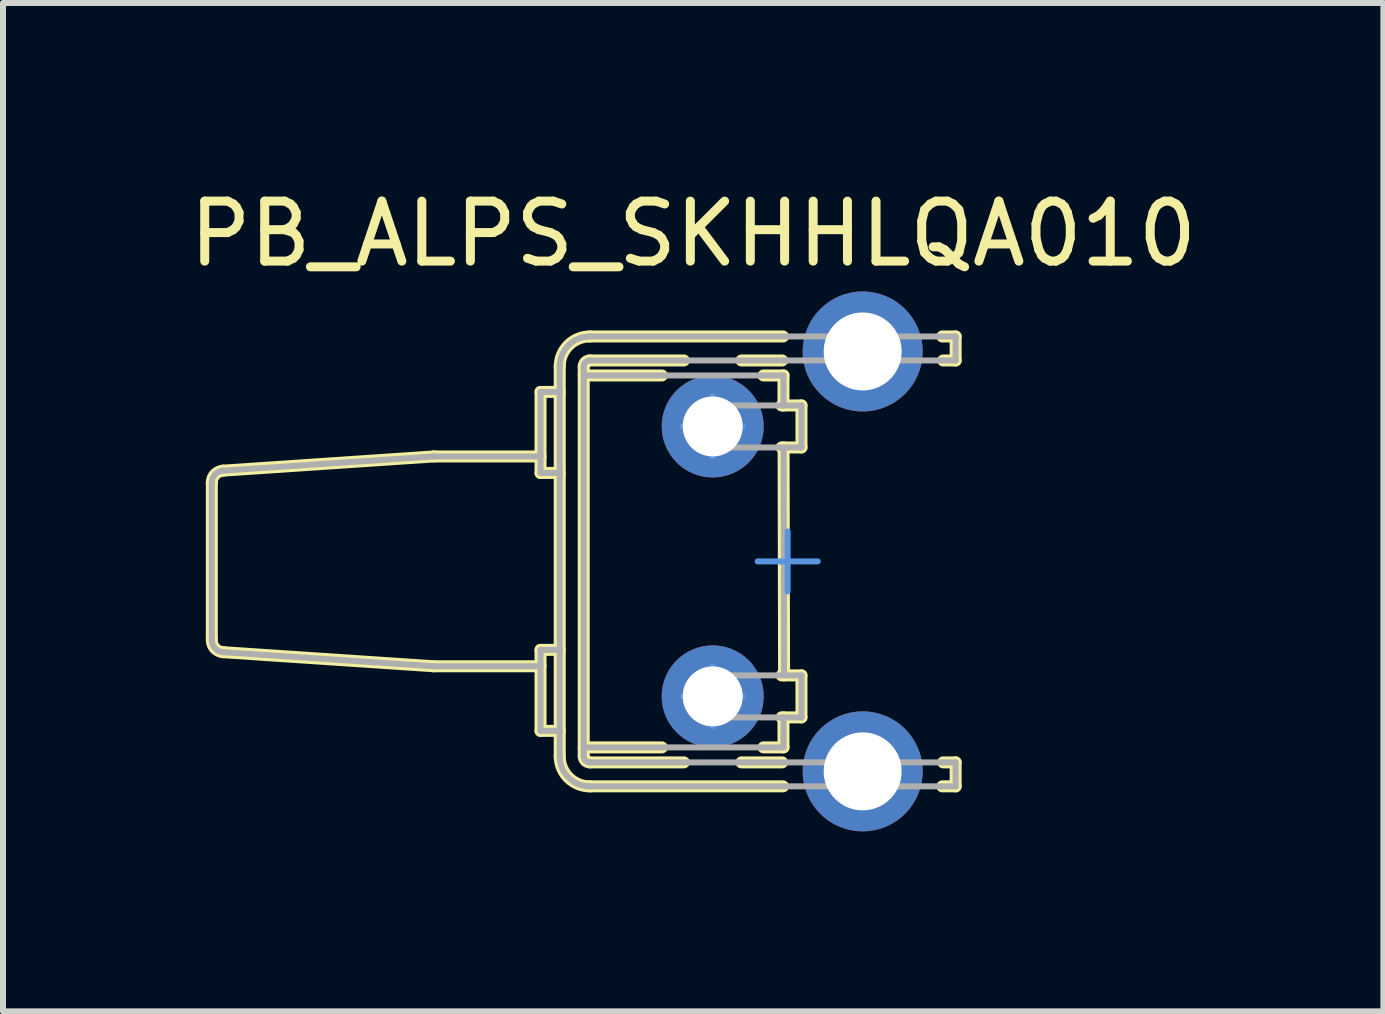
<source format=kicad_pcb>
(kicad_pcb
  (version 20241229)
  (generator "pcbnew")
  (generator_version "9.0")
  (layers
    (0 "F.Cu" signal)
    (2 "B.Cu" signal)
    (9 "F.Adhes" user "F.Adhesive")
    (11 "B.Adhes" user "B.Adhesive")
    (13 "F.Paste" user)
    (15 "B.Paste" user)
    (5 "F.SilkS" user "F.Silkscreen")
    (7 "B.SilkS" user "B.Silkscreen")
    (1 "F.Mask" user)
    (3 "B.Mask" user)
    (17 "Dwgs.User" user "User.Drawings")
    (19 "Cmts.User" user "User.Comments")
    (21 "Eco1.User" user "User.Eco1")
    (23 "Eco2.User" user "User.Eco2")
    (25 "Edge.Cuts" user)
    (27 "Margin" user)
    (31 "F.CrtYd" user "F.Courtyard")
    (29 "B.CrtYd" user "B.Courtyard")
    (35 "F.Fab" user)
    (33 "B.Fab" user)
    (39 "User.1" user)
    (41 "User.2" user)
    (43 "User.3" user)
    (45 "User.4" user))
  (footprint "PB_ALPS_SKHHLQA010"
    (layer "F.Cu")
    (at 10.081 6.309)
    (property "Reference" "PB_ALPS_SKHHLQA010" (at -1.575 -5.461 0) (layer "F.SilkS") (effects (font (size 1 1) (thickness 0.15))))
    (attr through_hole)
    (fp_line (start -9.6 1.313) (end -9.6 -1.313) (stroke (width 0.2) (type solid)) (layer "F.SilkS"))
    (fp_line (start -9.413 -1.513) (end -5.9 -1.75) (stroke (width 0.2) (type solid)) (layer "F.SilkS"))
    (fp_line (start -9.413 1.513) (end -5.9 1.748) (stroke (width 0.2) (type solid)) (layer "F.SilkS"))
    (fp_line (start -5.9 -1.75) (end -4.12 -1.75) (stroke (width 0.2) (type solid)) (layer "F.SilkS"))
    (fp_line (start -5.9 1.748) (end -4.12 1.748) (stroke (width 0.2) (type solid)) (layer "F.SilkS"))
    (fp_line (start -4.12 -2.825) (end -3.8 -2.825) (stroke (width 0.2) (type solid)) (layer "F.SilkS"))
    (fp_line (start -4.12 -1.475) (end -4.12 -2.825) (stroke (width 0.2) (type solid)) (layer "F.SilkS"))
    (fp_line (start -4.12 -1.475) (end -3.8 -1.475) (stroke (width 0.2) (type solid)) (layer "F.SilkS"))
    (fp_line (start -4.12 1.475) (end -3.8 1.475) (stroke (width 0.2) (type solid)) (layer "F.SilkS"))
    (fp_line (start -4.12 2.825) (end -4.12 1.475) (stroke (width 0.2) (type solid)) (layer "F.SilkS"))
    (fp_line (start -4.12 2.825) (end -3.8 2.825) (stroke (width 0.2) (type solid)) (layer "F.SilkS"))
    (fp_line (start -3.8 3.25) (end -3.8 -3.25) (stroke (width 0.2) (type solid)) (layer "F.SilkS"))
    (fp_line (start -3.4 -3.1) (end -2.097 -3.1) (stroke (width 0.2) (type solid)) (layer "F.SilkS"))
    (fp_line (start -3.4 3.1) (end -2.097 3.1) (stroke (width 0.2) (type solid)) (layer "F.SilkS"))
    (fp_line (start -3.4 3.25) (end -3.4 -3.25) (stroke (width 0.2) (type solid)) (layer "F.SilkS"))
    (fp_line (start -3.3 -3.75) (end -0.077 -3.75) (stroke (width 0.2) (type solid)) (layer "F.SilkS"))
    (fp_line (start -3.3 -3.35) (end -1.73 -3.35) (stroke (width 0.2) (type solid)) (layer "F.SilkS"))
    (fp_line (start -3.3 3.35) (end -1.73 3.35) (stroke (width 0.2) (type solid)) (layer "F.SilkS"))
    (fp_line (start -3.3 3.75) (end -0.077 3.75) (stroke (width 0.2) (type solid)) (layer "F.SilkS"))
    (fp_line (start -0.77 -3.35) (end -0.092 -3.35) (stroke (width 0.2) (type solid)) (layer "F.SilkS"))
    (fp_line (start -0.77 3.35) (end -0.092 3.35) (stroke (width 0.2) (type solid)) (layer "F.SilkS"))
    (fp_line (start -0.403 -3.1) (end -0.07 -3.1) (stroke (width 0.2) (type solid)) (layer "F.SilkS"))
    (fp_line (start -0.403 3.1) (end -0.07 3.1) (stroke (width 0.2) (type solid)) (layer "F.SilkS"))
    (fp_line (start -0.102 -2.6) (end 0.23 -2.6) (stroke (width 0.2) (type solid)) (layer "F.SilkS"))
    (fp_line (start -0.102 -1.9) (end 0.23 -1.9) (stroke (width 0.2) (type solid)) (layer "F.SilkS"))
    (fp_line (start -0.102 1.9) (end 0.23 1.9) (stroke (width 0.2) (type solid)) (layer "F.SilkS"))
    (fp_line (start -0.102 2.6) (end 0.23 2.6) (stroke (width 0.2) (type solid)) (layer "F.SilkS"))
    (fp_line (start -0.07 -2.6) (end -0.07 -3.1) (stroke (width 0.2) (type solid)) (layer "F.SilkS"))
    (fp_line (start -0.07 3.1) (end -0.07 2.6) (stroke (width 0.2) (type solid)) (layer "F.SilkS"))
    (fp_line (start -0.068 -1.9) (end -0.06 1.9) (stroke (width 0.2) (type solid)) (layer "F.SilkS"))
    (fp_line (start 0.23 -1.9) (end 0.23 -2.6) (stroke (width 0.2) (type solid)) (layer "F.SilkS"))
    (fp_line (start 0.23 2.6) (end 0.23 1.9) (stroke (width 0.2) (type solid)) (layer "F.SilkS"))
    (fp_line (start 2.577 -3.75) (end 2.8 -3.75) (stroke (width 0.2) (type solid)) (layer "F.SilkS"))
    (fp_line (start 2.577 3.75) (end 2.8 3.75) (stroke (width 0.2) (type solid)) (layer "F.SilkS"))
    (fp_line (start 2.592 -3.35) (end 2.8 -3.35) (stroke (width 0.2) (type solid)) (layer "F.SilkS"))
    (fp_line (start 2.592 3.35) (end 2.8 3.35) (stroke (width 0.2) (type solid)) (layer "F.SilkS"))
    (fp_line (start 2.8 -3.35) (end 2.8 -3.75) (stroke (width 0.2) (type solid)) (layer "F.SilkS"))
    (fp_line (start 2.8 3.75) (end 2.8 3.35) (stroke (width 0.2) (type solid)) (layer "F.SilkS"))
    (fp_arc (start -9.60042 -1.313983) (mid -9.545908 -1.450405) (end -9.413 -1.513) (stroke (width 0.2) (type solid)) (layer "F.SilkS"))
    (fp_arc (start -9.413951 1.512513) (mid -9.546271 1.4494) (end -9.6 1.313) (stroke (width 0.2) (type solid)) (layer "F.SilkS"))
    (fp_arc (start -3.8 -3.25) (mid -3.653553 -3.603553) (end -3.3 -3.75) (stroke (width 0.2) (type solid)) (layer "F.SilkS"))
    (fp_arc (start -3.4 -3.25) (mid -3.370711 -3.320711) (end -3.3 -3.35) (stroke (width 0.2) (type solid)) (layer "F.SilkS"))
    (fp_arc (start -3.3 3.35) (mid -3.370711 3.320711) (end -3.4 3.25) (stroke (width 0.2) (type solid)) (layer "F.SilkS"))
    (fp_arc (start -3.3 3.75) (mid -3.653553 3.603553) (end -3.8 3.25) (stroke (width 0.2) (type solid)) (layer "F.SilkS"))
    (fp_line (start -1.75 -2.25) (end -1.25 -2.25) (stroke (width 0.1) (type solid)) (layer "Cmts.User"))
    (fp_line (start -1.75 2.25) (end -1.25 2.25) (stroke (width 0.1) (type solid)) (layer "Cmts.User"))
    (fp_line (start -1.25 -2.25) (end -1.25 -2.75) (stroke (width 0.1) (type solid)) (layer "Cmts.User"))
    (fp_line (start -1.25 -2.25) (end -0.75 -2.25) (stroke (width 0.1) (type solid)) (layer "Cmts.User"))
    (fp_line (start -1.25 -1.75) (end -1.25 -2.25) (stroke (width 0.1) (type solid)) (layer "Cmts.User"))
    (fp_line (start -1.25 2.25) (end -1.25 1.75) (stroke (width 0.1) (type solid)) (layer "Cmts.User"))
    (fp_line (start -1.25 2.25) (end -0.75 2.25) (stroke (width 0.1) (type solid)) (layer "Cmts.User"))
    (fp_line (start -1.25 2.75) (end -1.25 2.25) (stroke (width 0.1) (type solid)) (layer "Cmts.User"))
    (fp_line (start -0.5 0) (end 0 0) (stroke (width 0.1) (type solid)) (layer "Cmts.User"))
    (fp_line (start 0 0) (end 0 -0.5) (stroke (width 0.1) (type solid)) (layer "Cmts.User"))
    (fp_line (start 0 0) (end 0.5 0) (stroke (width 0.1) (type solid)) (layer "Cmts.User"))
    (fp_line (start 0 0.5) (end 0 0) (stroke (width 0.1) (type solid)) (layer "Cmts.User"))
    (fp_line (start 0.75 -3.5) (end 1.25 -3.5) (stroke (width 0.1) (type solid)) (layer "Cmts.User"))
    (fp_line (start 0.75 3.5) (end 1.25 3.5) (stroke (width 0.1) (type solid)) (layer "Cmts.User"))
    (fp_line (start 1.25 -3.5) (end 1.25 -4) (stroke (width 0.1) (type solid)) (layer "Cmts.User"))
    (fp_line (start 1.25 -3.5) (end 1.75 -3.5) (stroke (width 0.1) (type solid)) (layer "Cmts.User"))
    (fp_line (start 1.25 -3) (end 1.25 -3.5) (stroke (width 0.1) (type solid)) (layer "Cmts.User"))
    (fp_line (start 1.25 3.5) (end 1.25 3) (stroke (width 0.1) (type solid)) (layer "Cmts.User"))
    (fp_line (start 1.25 3.5) (end 1.75 3.5) (stroke (width 0.1) (type solid)) (layer "Cmts.User"))
    (fp_line (start 1.25 4) (end 1.25 3.5) (stroke (width 0.1) (type solid)) (layer "Cmts.User"))
    (fp_line (start -9.6 1.313) (end -9.6 -1.313) (stroke (width 0.1) (type solid)) (layer "F.Fab"))
    (fp_line (start -9.413 -1.513) (end -5.9 -1.75) (stroke (width 0.1) (type solid)) (layer "F.Fab"))
    (fp_line (start -9.413 1.513) (end -5.9 1.748) (stroke (width 0.1) (type solid)) (layer "F.Fab"))
    (fp_line (start -5.9 -1.75) (end -4.12 -1.75) (stroke (width 0.1) (type solid)) (layer "F.Fab"))
    (fp_line (start -5.9 1.748) (end -4.12 1.748) (stroke (width 0.1) (type solid)) (layer "F.Fab"))
    (fp_line (start -4.12 -2.825) (end -3.8 -2.825) (stroke (width 0.1) (type solid)) (layer "F.Fab"))
    (fp_line (start -4.12 -1.475) (end -4.12 -2.825) (stroke (width 0.1) (type solid)) (layer "F.Fab"))
    (fp_line (start -4.12 -1.475) (end -3.8 -1.475) (stroke (width 0.1) (type solid)) (layer "F.Fab"))
    (fp_line (start -4.12 1.475) (end -3.8 1.475) (stroke (width 0.1) (type solid)) (layer "F.Fab"))
    (fp_line (start -4.12 2.825) (end -4.12 1.475) (stroke (width 0.1) (type solid)) (layer "F.Fab"))
    (fp_line (start -4.12 2.825) (end -3.8 2.825) (stroke (width 0.1) (type solid)) (layer "F.Fab"))
    (fp_line (start -3.8 3.25) (end -3.8 -3.25) (stroke (width 0.1) (type solid)) (layer "F.Fab"))
    (fp_line (start -3.4 -3.1) (end -0.07 -3.1) (stroke (width 0.1) (type solid)) (layer "F.Fab"))
    (fp_line (start -3.4 3.1) (end -0.07 3.1) (stroke (width 0.1) (type solid)) (layer "F.Fab"))
    (fp_line (start -3.4 3.25) (end -3.4 -3.25) (stroke (width 0.1) (type solid)) (layer "F.Fab"))
    (fp_line (start -3.3 -3.75) (end 2.8 -3.75) (stroke (width 0.1) (type solid)) (layer "F.Fab"))
    (fp_line (start -3.3 -3.35) (end 2.8 -3.35) (stroke (width 0.1) (type solid)) (layer "F.Fab"))
    (fp_line (start -3.3 3.35) (end 2.8 3.35) (stroke (width 0.1) (type solid)) (layer "F.Fab"))
    (fp_line (start -3.3 3.75) (end 2.8 3.75) (stroke (width 0.1) (type solid)) (layer "F.Fab"))
    (fp_line (start -1.4 -2.6) (end -1.396 -1.9) (stroke (width 0.1) (type solid)) (layer "F.Fab"))
    (fp_line (start -1.4 -2.6) (end 0.23 -2.6) (stroke (width 0.1) (type solid)) (layer "F.Fab"))
    (fp_line (start -1.4 2.6) (end -1.396 1.9) (stroke (width 0.1) (type solid)) (layer "F.Fab"))
    (fp_line (start -1.4 2.6) (end 0.23 2.6) (stroke (width 0.1) (type solid)) (layer "F.Fab"))
    (fp_line (start -1.396 -1.9) (end 0.23 -1.9) (stroke (width 0.1) (type solid)) (layer "F.Fab"))
    (fp_line (start -1.396 1.9) (end 0.23 1.9) (stroke (width 0.1) (type solid)) (layer "F.Fab"))
    (fp_line (start -0.07 -2.6) (end -0.07 -3.1) (stroke (width 0.1) (type solid)) (layer "F.Fab"))
    (fp_line (start -0.07 3.1) (end -0.07 2.6) (stroke (width 0.1) (type solid)) (layer "F.Fab"))
    (fp_line (start -0.068 -1.9) (end -0.06 1.9) (stroke (width 0.1) (type solid)) (layer "F.Fab"))
    (fp_line (start 0.23 -1.9) (end 0.23 -2.6) (stroke (width 0.1) (type solid)) (layer "F.Fab"))
    (fp_line (start 0.23 2.6) (end 0.23 1.9) (stroke (width 0.1) (type solid)) (layer "F.Fab"))
    (fp_line (start 2.8 -3.35) (end 2.8 -3.75) (stroke (width 0.1) (type solid)) (layer "F.Fab"))
    (fp_line (start 2.8 3.75) (end 2.8 3.35) (stroke (width 0.1) (type solid)) (layer "F.Fab"))
    (fp_arc (start -9.60042 -1.313983) (mid -9.545908 -1.450405) (end -9.413 -1.513) (stroke (width 0.1) (type solid)) (layer "F.Fab"))
    (fp_arc (start -9.413951 1.512513) (mid -9.546271 1.4494) (end -9.6 1.313) (stroke (width 0.1) (type solid)) (layer "F.Fab"))
    (fp_arc (start -3.8 -3.25) (mid -3.653553 -3.603553) (end -3.3 -3.75) (stroke (width 0.1) (type solid)) (layer "F.Fab"))
    (fp_arc (start -3.4 -3.25) (mid -3.370711 -3.320711) (end -3.3 -3.35) (stroke (width 0.1) (type solid)) (layer "F.Fab"))
    (fp_arc (start -3.3 3.35) (mid -3.370711 3.320711) (end -3.4 3.25) (stroke (width 0.1) (type solid)) (layer "F.Fab"))
    (fp_arc (start -3.3 3.75) (mid -3.653553 3.603553) (end -3.8 3.25) (stroke (width 0.1) (type solid)) (layer "F.Fab"))
    (pad "1" thru_hole circle (at -1.25 2.25) (size 1.7 1.7) (drill 1) (layers "*.Cu" "*.Mask"))
    (pad "2" thru_hole circle (at -1.25 -2.25) (size 1.7 1.7) (drill 1) (layers "*.Cu" "*.Mask"))
    (pad "3" thru_hole circle (at 1.25 3.5) (size 2 2) (drill 1.3) (layers "*.Cu" "*.Mask"))
    (pad "4" thru_hole circle (at 1.25 -3.5) (size 2 2) (drill 1.3) (layers "*.Cu" "*.Mask")))
  (gr_rect
    (start -3 -3)
    (end 20.012 13.809)
    (stroke (width 0.1) (type default))
    (fill no)
    (layer "Edge.Cuts")))
</source>
